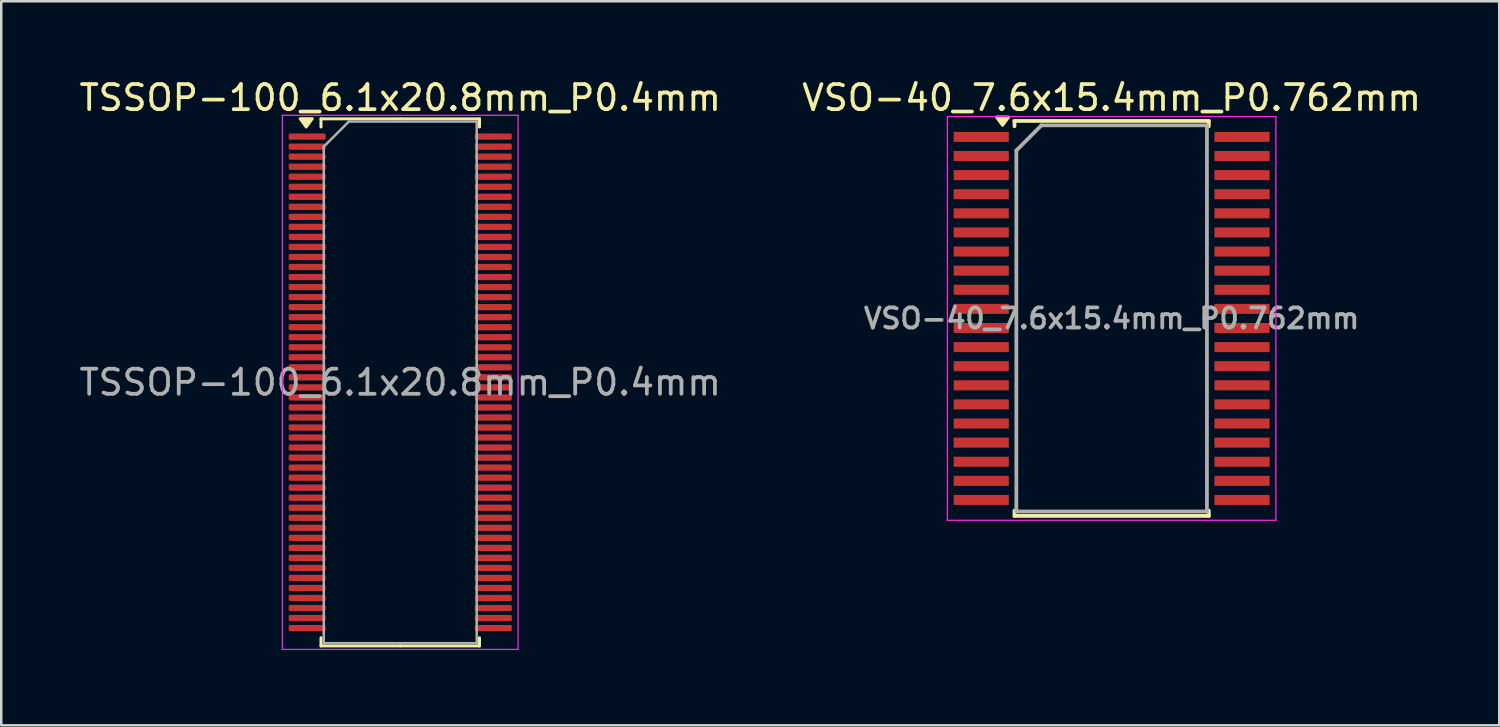
<source format=kicad_pcb>
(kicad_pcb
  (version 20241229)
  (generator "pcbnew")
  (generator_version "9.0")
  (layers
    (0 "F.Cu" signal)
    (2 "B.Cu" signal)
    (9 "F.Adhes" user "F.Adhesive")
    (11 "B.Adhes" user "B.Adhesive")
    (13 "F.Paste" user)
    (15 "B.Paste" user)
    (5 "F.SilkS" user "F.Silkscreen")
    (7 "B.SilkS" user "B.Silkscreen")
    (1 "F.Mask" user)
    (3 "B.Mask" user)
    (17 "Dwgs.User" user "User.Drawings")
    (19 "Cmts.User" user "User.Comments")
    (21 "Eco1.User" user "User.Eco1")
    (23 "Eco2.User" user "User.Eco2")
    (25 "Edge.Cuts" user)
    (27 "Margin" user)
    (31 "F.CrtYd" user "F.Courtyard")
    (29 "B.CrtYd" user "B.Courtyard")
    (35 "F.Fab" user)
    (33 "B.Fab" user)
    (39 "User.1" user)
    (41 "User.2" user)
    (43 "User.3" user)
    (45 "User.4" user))
  (footprint "TSSOP-100_6.1x20.8mm_P0.4mm"
    (layer "F.Cu")
    (at 12.911 12.198)
    (property "Reference" "TSSOP-100_6.1x20.8mm_P0.4mm" (at 0 -11.35 0) (layer "F.SilkS") (effects (font (size 1 1) (thickness 0.15))))
    (attr smd)
    (fp_line (start -3.16 -10.51) (end -3.16 -10.185) (stroke (width 0.12) (type solid)) (layer "F.SilkS"))
    (fp_line (start -3.16 10.51) (end -3.16 10.185) (stroke (width 0.12) (type solid)) (layer "F.SilkS"))
    (fp_line (start 0 -10.51) (end -3.16 -10.51) (stroke (width 0.12) (type solid)) (layer "F.SilkS"))
    (fp_line (start 0 -10.51) (end 3.16 -10.51) (stroke (width 0.12) (type solid)) (layer "F.SilkS"))
    (fp_line (start 0 10.51) (end -3.16 10.51) (stroke (width 0.12) (type solid)) (layer "F.SilkS"))
    (fp_line (start 0 10.51) (end 3.16 10.51) (stroke (width 0.12) (type solid)) (layer "F.SilkS"))
    (fp_line (start 3.16 -10.51) (end 3.16 -10.185) (stroke (width 0.12) (type solid)) (layer "F.SilkS"))
    (fp_line (start 3.16 10.51) (end 3.16 10.185) (stroke (width 0.12) (type solid)) (layer "F.SilkS"))
    (fp_poly (pts (xy -3.75 -10.185) (xy -3.99 -10.515) (xy -3.51 -10.515) (xy -3.75 -10.185)) (stroke (width 0.12) (type solid)) (fill yes) (layer "F.SilkS"))
    (fp_line (start -4.7 -10.65) (end -4.7 10.65) (stroke (width 0.05) (type solid)) (layer "F.CrtYd"))
    (fp_line (start -4.7 10.65) (end 4.7 10.65) (stroke (width 0.05) (type solid)) (layer "F.CrtYd"))
    (fp_line (start 4.7 -10.65) (end -4.7 -10.65) (stroke (width 0.05) (type solid)) (layer "F.CrtYd"))
    (fp_line (start 4.7 10.65) (end 4.7 -10.65) (stroke (width 0.05) (type solid)) (layer "F.CrtYd"))
    (fp_line (start -3.05 -9.4) (end -2.05 -10.4) (stroke (width 0.1) (type solid)) (layer "F.Fab"))
    (fp_line (start -3.05 10.4) (end -3.05 -9.4) (stroke (width 0.1) (type solid)) (layer "F.Fab"))
    (fp_line (start -2.05 -10.4) (end 3.05 -10.4) (stroke (width 0.1) (type solid)) (layer "F.Fab"))
    (fp_line (start 3.05 -10.4) (end 3.05 10.4) (stroke (width 0.1) (type solid)) (layer "F.Fab"))
    (fp_line (start 3.05 10.4) (end -3.05 10.4) (stroke (width 0.1) (type solid)) (layer "F.Fab"))
    (fp_text user "${REFERENCE}" (at 0 0 0) (layer "F.Fab") (effects (font (size 1 1) (thickness 0.15))))
    (pad "1" smd roundrect (at -3.712 -9.8) (size 1.475 0.25) (layers "F.Cu" "F.Mask" "F.Paste") (roundrect_rratio 0.25))
    (pad "2" smd roundrect (at -3.712 -9.4) (size 1.475 0.25) (layers "F.Cu" "F.Mask" "F.Paste") (roundrect_rratio 0.25))
    (pad "3" smd roundrect (at -3.712 -9) (size 1.475 0.25) (layers "F.Cu" "F.Mask" "F.Paste") (roundrect_rratio 0.25))
    (pad "4" smd roundrect (at -3.712 -8.6) (size 1.475 0.25) (layers "F.Cu" "F.Mask" "F.Paste") (roundrect_rratio 0.25))
    (pad "5" smd roundrect (at -3.712 -8.2) (size 1.475 0.25) (layers "F.Cu" "F.Mask" "F.Paste") (roundrect_rratio 0.25))
    (pad "6" smd roundrect (at -3.712 -7.8) (size 1.475 0.25) (layers "F.Cu" "F.Mask" "F.Paste") (roundrect_rratio 0.25))
    (pad "7" smd roundrect (at -3.712 -7.4) (size 1.475 0.25) (layers "F.Cu" "F.Mask" "F.Paste") (roundrect_rratio 0.25))
    (pad "8" smd roundrect (at -3.712 -7) (size 1.475 0.25) (layers "F.Cu" "F.Mask" "F.Paste") (roundrect_rratio 0.25))
    (pad "9" smd roundrect (at -3.712 -6.6) (size 1.475 0.25) (layers "F.Cu" "F.Mask" "F.Paste") (roundrect_rratio 0.25))
    (pad "10" smd roundrect (at -3.712 -6.2) (size 1.475 0.25) (layers "F.Cu" "F.Mask" "F.Paste") (roundrect_rratio 0.25))
    (pad "11" smd roundrect (at -3.712 -5.8) (size 1.475 0.25) (layers "F.Cu" "F.Mask" "F.Paste") (roundrect_rratio 0.25))
    (pad "12" smd roundrect (at -3.712 -5.4) (size 1.475 0.25) (layers "F.Cu" "F.Mask" "F.Paste") (roundrect_rratio 0.25))
    (pad "13" smd roundrect (at -3.712 -5) (size 1.475 0.25) (layers "F.Cu" "F.Mask" "F.Paste") (roundrect_rratio 0.25))
    (pad "14" smd roundrect (at -3.712 -4.6) (size 1.475 0.25) (layers "F.Cu" "F.Mask" "F.Paste") (roundrect_rratio 0.25))
    (pad "15" smd roundrect (at -3.712 -4.2) (size 1.475 0.25) (layers "F.Cu" "F.Mask" "F.Paste") (roundrect_rratio 0.25))
    (pad "16" smd roundrect (at -3.712 -3.8) (size 1.475 0.25) (layers "F.Cu" "F.Mask" "F.Paste") (roundrect_rratio 0.25))
    (pad "17" smd roundrect (at -3.712 -3.4) (size 1.475 0.25) (layers "F.Cu" "F.Mask" "F.Paste") (roundrect_rratio 0.25))
    (pad "18" smd roundrect (at -3.712 -3) (size 1.475 0.25) (layers "F.Cu" "F.Mask" "F.Paste") (roundrect_rratio 0.25))
    (pad "19" smd roundrect (at -3.712 -2.6) (size 1.475 0.25) (layers "F.Cu" "F.Mask" "F.Paste") (roundrect_rratio 0.25))
    (pad "20" smd roundrect (at -3.712 -2.2) (size 1.475 0.25) (layers "F.Cu" "F.Mask" "F.Paste") (roundrect_rratio 0.25))
    (pad "21" smd roundrect (at -3.712 -1.8) (size 1.475 0.25) (layers "F.Cu" "F.Mask" "F.Paste") (roundrect_rratio 0.25))
    (pad "22" smd roundrect (at -3.712 -1.4) (size 1.475 0.25) (layers "F.Cu" "F.Mask" "F.Paste") (roundrect_rratio 0.25))
    (pad "23" smd roundrect (at -3.712 -1) (size 1.475 0.25) (layers "F.Cu" "F.Mask" "F.Paste") (roundrect_rratio 0.25))
    (pad "24" smd roundrect (at -3.712 -0.6) (size 1.475 0.25) (layers "F.Cu" "F.Mask" "F.Paste") (roundrect_rratio 0.25))
    (pad "25" smd roundrect (at -3.712 -0.2) (size 1.475 0.25) (layers "F.Cu" "F.Mask" "F.Paste") (roundrect_rratio 0.25))
    (pad "26" smd roundrect (at -3.712 0.2) (size 1.475 0.25) (layers "F.Cu" "F.Mask" "F.Paste") (roundrect_rratio 0.25))
    (pad "27" smd roundrect (at -3.712 0.6) (size 1.475 0.25) (layers "F.Cu" "F.Mask" "F.Paste") (roundrect_rratio 0.25))
    (pad "28" smd roundrect (at -3.712 1) (size 1.475 0.25) (layers "F.Cu" "F.Mask" "F.Paste") (roundrect_rratio 0.25))
    (pad "29" smd roundrect (at -3.712 1.4) (size 1.475 0.25) (layers "F.Cu" "F.Mask" "F.Paste") (roundrect_rratio 0.25))
    (pad "30" smd roundrect (at -3.712 1.8) (size 1.475 0.25) (layers "F.Cu" "F.Mask" "F.Paste") (roundrect_rratio 0.25))
    (pad "31" smd roundrect (at -3.712 2.2) (size 1.475 0.25) (layers "F.Cu" "F.Mask" "F.Paste") (roundrect_rratio 0.25))
    (pad "32" smd roundrect (at -3.712 2.6) (size 1.475 0.25) (layers "F.Cu" "F.Mask" "F.Paste") (roundrect_rratio 0.25))
    (pad "33" smd roundrect (at -3.712 3) (size 1.475 0.25) (layers "F.Cu" "F.Mask" "F.Paste") (roundrect_rratio 0.25))
    (pad "34" smd roundrect (at -3.712 3.4) (size 1.475 0.25) (layers "F.Cu" "F.Mask" "F.Paste") (roundrect_rratio 0.25))
    (pad "35" smd roundrect (at -3.712 3.8) (size 1.475 0.25) (layers "F.Cu" "F.Mask" "F.Paste") (roundrect_rratio 0.25))
    (pad "36" smd roundrect (at -3.712 4.2) (size 1.475 0.25) (layers "F.Cu" "F.Mask" "F.Paste") (roundrect_rratio 0.25))
    (pad "37" smd roundrect (at -3.712 4.6) (size 1.475 0.25) (layers "F.Cu" "F.Mask" "F.Paste") (roundrect_rratio 0.25))
    (pad "38" smd roundrect (at -3.712 5) (size 1.475 0.25) (layers "F.Cu" "F.Mask" "F.Paste") (roundrect_rratio 0.25))
    (pad "39" smd roundrect (at -3.712 5.4) (size 1.475 0.25) (layers "F.Cu" "F.Mask" "F.Paste") (roundrect_rratio 0.25))
    (pad "40" smd roundrect (at -3.712 5.8) (size 1.475 0.25) (layers "F.Cu" "F.Mask" "F.Paste") (roundrect_rratio 0.25))
    (pad "41" smd roundrect (at -3.712 6.2) (size 1.475 0.25) (layers "F.Cu" "F.Mask" "F.Paste") (roundrect_rratio 0.25))
    (pad "42" smd roundrect (at -3.712 6.6) (size 1.475 0.25) (layers "F.Cu" "F.Mask" "F.Paste") (roundrect_rratio 0.25))
    (pad "43" smd roundrect (at -3.712 7) (size 1.475 0.25) (layers "F.Cu" "F.Mask" "F.Paste") (roundrect_rratio 0.25))
    (pad "44" smd roundrect (at -3.712 7.4) (size 1.475 0.25) (layers "F.Cu" "F.Mask" "F.Paste") (roundrect_rratio 0.25))
    (pad "45" smd roundrect (at -3.712 7.8) (size 1.475 0.25) (layers "F.Cu" "F.Mask" "F.Paste") (roundrect_rratio 0.25))
    (pad "46" smd roundrect (at -3.712 8.2) (size 1.475 0.25) (layers "F.Cu" "F.Mask" "F.Paste") (roundrect_rratio 0.25))
    (pad "47" smd roundrect (at -3.712 8.6) (size 1.475 0.25) (layers "F.Cu" "F.Mask" "F.Paste") (roundrect_rratio 0.25))
    (pad "48" smd roundrect (at -3.712 9) (size 1.475 0.25) (layers "F.Cu" "F.Mask" "F.Paste") (roundrect_rratio 0.25))
    (pad "49" smd roundrect (at -3.712 9.4) (size 1.475 0.25) (layers "F.Cu" "F.Mask" "F.Paste") (roundrect_rratio 0.25))
    (pad "50" smd roundrect (at -3.712 9.8) (size 1.475 0.25) (layers "F.Cu" "F.Mask" "F.Paste") (roundrect_rratio 0.25))
    (pad "51" smd roundrect (at 3.712 9.8) (size 1.475 0.25) (layers "F.Cu" "F.Mask" "F.Paste") (roundrect_rratio 0.25))
    (pad "52" smd roundrect (at 3.712 9.4) (size 1.475 0.25) (layers "F.Cu" "F.Mask" "F.Paste") (roundrect_rratio 0.25))
    (pad "53" smd roundrect (at 3.712 9) (size 1.475 0.25) (layers "F.Cu" "F.Mask" "F.Paste") (roundrect_rratio 0.25))
    (pad "54" smd roundrect (at 3.712 8.6) (size 1.475 0.25) (layers "F.Cu" "F.Mask" "F.Paste") (roundrect_rratio 0.25))
    (pad "55" smd roundrect (at 3.712 8.2) (size 1.475 0.25) (layers "F.Cu" "F.Mask" "F.Paste") (roundrect_rratio 0.25))
    (pad "56" smd roundrect (at 3.712 7.8) (size 1.475 0.25) (layers "F.Cu" "F.Mask" "F.Paste") (roundrect_rratio 0.25))
    (pad "57" smd roundrect (at 3.712 7.4) (size 1.475 0.25) (layers "F.Cu" "F.Mask" "F.Paste") (roundrect_rratio 0.25))
    (pad "58" smd roundrect (at 3.712 7) (size 1.475 0.25) (layers "F.Cu" "F.Mask" "F.Paste") (roundrect_rratio 0.25))
    (pad "59" smd roundrect (at 3.712 6.6) (size 1.475 0.25) (layers "F.Cu" "F.Mask" "F.Paste") (roundrect_rratio 0.25))
    (pad "60" smd roundrect (at 3.712 6.2) (size 1.475 0.25) (layers "F.Cu" "F.Mask" "F.Paste") (roundrect_rratio 0.25))
    (pad "61" smd roundrect (at 3.712 5.8) (size 1.475 0.25) (layers "F.Cu" "F.Mask" "F.Paste") (roundrect_rratio 0.25))
    (pad "62" smd roundrect (at 3.712 5.4) (size 1.475 0.25) (layers "F.Cu" "F.Mask" "F.Paste") (roundrect_rratio 0.25))
    (pad "63" smd roundrect (at 3.712 5) (size 1.475 0.25) (layers "F.Cu" "F.Mask" "F.Paste") (roundrect_rratio 0.25))
    (pad "64" smd roundrect (at 3.712 4.6) (size 1.475 0.25) (layers "F.Cu" "F.Mask" "F.Paste") (roundrect_rratio 0.25))
    (pad "65" smd roundrect (at 3.712 4.2) (size 1.475 0.25) (layers "F.Cu" "F.Mask" "F.Paste") (roundrect_rratio 0.25))
    (pad "66" smd roundrect (at 3.712 3.8) (size 1.475 0.25) (layers "F.Cu" "F.Mask" "F.Paste") (roundrect_rratio 0.25))
    (pad "67" smd roundrect (at 3.712 3.4) (size 1.475 0.25) (layers "F.Cu" "F.Mask" "F.Paste") (roundrect_rratio 0.25))
    (pad "68" smd roundrect (at 3.712 3) (size 1.475 0.25) (layers "F.Cu" "F.Mask" "F.Paste") (roundrect_rratio 0.25))
    (pad "69" smd roundrect (at 3.712 2.6) (size 1.475 0.25) (layers "F.Cu" "F.Mask" "F.Paste") (roundrect_rratio 0.25))
    (pad "70" smd roundrect (at 3.712 2.2) (size 1.475 0.25) (layers "F.Cu" "F.Mask" "F.Paste") (roundrect_rratio 0.25))
    (pad "71" smd roundrect (at 3.712 1.8) (size 1.475 0.25) (layers "F.Cu" "F.Mask" "F.Paste") (roundrect_rratio 0.25))
    (pad "72" smd roundrect (at 3.712 1.4) (size 1.475 0.25) (layers "F.Cu" "F.Mask" "F.Paste") (roundrect_rratio 0.25))
    (pad "73" smd roundrect (at 3.712 1) (size 1.475 0.25) (layers "F.Cu" "F.Mask" "F.Paste") (roundrect_rratio 0.25))
    (pad "74" smd roundrect (at 3.712 0.6) (size 1.475 0.25) (layers "F.Cu" "F.Mask" "F.Paste") (roundrect_rratio 0.25))
    (pad "75" smd roundrect (at 3.712 0.2) (size 1.475 0.25) (layers "F.Cu" "F.Mask" "F.Paste") (roundrect_rratio 0.25))
    (pad "76" smd roundrect (at 3.712 -0.2) (size 1.475 0.25) (layers "F.Cu" "F.Mask" "F.Paste") (roundrect_rratio 0.25))
    (pad "77" smd roundrect (at 3.712 -0.6) (size 1.475 0.25) (layers "F.Cu" "F.Mask" "F.Paste") (roundrect_rratio 0.25))
    (pad "78" smd roundrect (at 3.712 -1) (size 1.475 0.25) (layers "F.Cu" "F.Mask" "F.Paste") (roundrect_rratio 0.25))
    (pad "79" smd roundrect (at 3.712 -1.4) (size 1.475 0.25) (layers "F.Cu" "F.Mask" "F.Paste") (roundrect_rratio 0.25))
    (pad "80" smd roundrect (at 3.712 -1.8) (size 1.475 0.25) (layers "F.Cu" "F.Mask" "F.Paste") (roundrect_rratio 0.25))
    (pad "81" smd roundrect (at 3.712 -2.2) (size 1.475 0.25) (layers "F.Cu" "F.Mask" "F.Paste") (roundrect_rratio 0.25))
    (pad "82" smd roundrect (at 3.712 -2.6) (size 1.475 0.25) (layers "F.Cu" "F.Mask" "F.Paste") (roundrect_rratio 0.25))
    (pad "83" smd roundrect (at 3.712 -3) (size 1.475 0.25) (layers "F.Cu" "F.Mask" "F.Paste") (roundrect_rratio 0.25))
    (pad "84" smd roundrect (at 3.712 -3.4) (size 1.475 0.25) (layers "F.Cu" "F.Mask" "F.Paste") (roundrect_rratio 0.25))
    (pad "85" smd roundrect (at 3.712 -3.8) (size 1.475 0.25) (layers "F.Cu" "F.Mask" "F.Paste") (roundrect_rratio 0.25))
    (pad "86" smd roundrect (at 3.712 -4.2) (size 1.475 0.25) (layers "F.Cu" "F.Mask" "F.Paste") (roundrect_rratio 0.25))
    (pad "87" smd roundrect (at 3.712 -4.6) (size 1.475 0.25) (layers "F.Cu" "F.Mask" "F.Paste") (roundrect_rratio 0.25))
    (pad "88" smd roundrect (at 3.712 -5) (size 1.475 0.25) (layers "F.Cu" "F.Mask" "F.Paste") (roundrect_rratio 0.25))
    (pad "89" smd roundrect (at 3.712 -5.4) (size 1.475 0.25) (layers "F.Cu" "F.Mask" "F.Paste") (roundrect_rratio 0.25))
    (pad "90" smd roundrect (at 3.712 -5.8) (size 1.475 0.25) (layers "F.Cu" "F.Mask" "F.Paste") (roundrect_rratio 0.25))
    (pad "91" smd roundrect (at 3.712 -6.2) (size 1.475 0.25) (layers "F.Cu" "F.Mask" "F.Paste") (roundrect_rratio 0.25))
    (pad "92" smd roundrect (at 3.712 -6.6) (size 1.475 0.25) (layers "F.Cu" "F.Mask" "F.Paste") (roundrect_rratio 0.25))
    (pad "93" smd roundrect (at 3.712 -7) (size 1.475 0.25) (layers "F.Cu" "F.Mask" "F.Paste") (roundrect_rratio 0.25))
    (pad "94" smd roundrect (at 3.712 -7.4) (size 1.475 0.25) (layers "F.Cu" "F.Mask" "F.Paste") (roundrect_rratio 0.25))
    (pad "95" smd roundrect (at 3.712 -7.8) (size 1.475 0.25) (layers "F.Cu" "F.Mask" "F.Paste") (roundrect_rratio 0.25))
    (pad "96" smd roundrect (at 3.712 -8.2) (size 1.475 0.25) (layers "F.Cu" "F.Mask" "F.Paste") (roundrect_rratio 0.25))
    (pad "97" smd roundrect (at 3.712 -8.6) (size 1.475 0.25) (layers "F.Cu" "F.Mask" "F.Paste") (roundrect_rratio 0.25))
    (pad "98" smd roundrect (at 3.712 -9) (size 1.475 0.25) (layers "F.Cu" "F.Mask" "F.Paste") (roundrect_rratio 0.25))
    (pad "99" smd roundrect (at 3.712 -9.4) (size 1.475 0.25) (layers "F.Cu" "F.Mask" "F.Paste") (roundrect_rratio 0.25))
    (pad "100" smd roundrect (at 3.712 -9.8) (size 1.475 0.25) (layers "F.Cu" "F.Mask" "F.Paste") (roundrect_rratio 0.25)))
  (footprint "VSO-40_7.6x15.4mm_P0.762mm"
    (layer "F.Cu")
    (at 41.28 9.648)
    (property "Reference" "VSO-40_7.6x15.4mm_P0.762mm" (at 0 -8.8 0) (layer "F.SilkS") (effects (font (size 1 1) (thickness 0.15))))
    (attr smd)
    (fp_line (start -3.875 -7.875) (end -3.875 -7.664) (stroke (width 0.15) (type solid)) (layer "F.SilkS"))
    (fp_line (start -3.875 -7.875) (end 3.875 -7.875) (stroke (width 0.15) (type solid)) (layer "F.SilkS"))
    (fp_line (start -3.875 7.875) (end -3.875 7.664) (stroke (width 0.15) (type solid)) (layer "F.SilkS"))
    (fp_line (start -3.875 7.875) (end 3.875 7.875) (stroke (width 0.15) (type solid)) (layer "F.SilkS"))
    (fp_line (start 3.875 -7.875) (end 3.875 -7.664) (stroke (width 0.15) (type solid)) (layer "F.SilkS"))
    (fp_line (start 3.875 7.875) (end 3.875 7.664) (stroke (width 0.15) (type solid)) (layer "F.SilkS"))
    (fp_poly (pts (xy -4.35 -7.7) (xy -4.59 -8.03) (xy -4.11 -8.03) (xy -4.35 -7.7)) (stroke (width 0.12) (type solid)) (fill yes) (layer "F.SilkS"))
    (fp_line (start -6.55 -8.05) (end -6.55 8.05) (stroke (width 0.05) (type solid)) (layer "F.CrtYd"))
    (fp_line (start -6.55 -8.05) (end 6.55 -8.05) (stroke (width 0.05) (type solid)) (layer "F.CrtYd"))
    (fp_line (start -6.55 8.05) (end 6.55 8.05) (stroke (width 0.05) (type solid)) (layer "F.CrtYd"))
    (fp_line (start 6.55 -8.05) (end 6.55 8.05) (stroke (width 0.05) (type solid)) (layer "F.CrtYd"))
    (fp_line (start -3.8 -6.7) (end -2.8 -7.7) (stroke (width 0.15) (type solid)) (layer "F.Fab"))
    (fp_line (start -3.8 7.7) (end -3.8 -6.7) (stroke (width 0.15) (type solid)) (layer "F.Fab"))
    (fp_line (start -2.8 -7.7) (end 3.8 -7.7) (stroke (width 0.15) (type solid)) (layer "F.Fab"))
    (fp_line (start 3.8 -7.7) (end 3.8 7.7) (stroke (width 0.15) (type solid)) (layer "F.Fab"))
    (fp_line (start 3.8 7.7) (end -3.8 7.7) (stroke (width 0.15) (type solid)) (layer "F.Fab"))
    (fp_text user "${REFERENCE}" (at 0 0 0) (layer "F.Fab") (effects (font (size 0.8 0.8) (thickness 0.15))))
    (pad "1" smd rect (at -5.2 -7.239) (size 2.2 0.4) (layers "F.Cu" "F.Mask" "F.Paste"))
    (pad "2" smd rect (at -5.2 -6.477) (size 2.2 0.4) (layers "F.Cu" "F.Mask" "F.Paste"))
    (pad "3" smd rect (at -5.2 -5.715) (size 2.2 0.4) (layers "F.Cu" "F.Mask" "F.Paste"))
    (pad "4" smd rect (at -5.2 -4.953) (size 2.2 0.4) (layers "F.Cu" "F.Mask" "F.Paste"))
    (pad "5" smd rect (at -5.2 -4.191) (size 2.2 0.4) (layers "F.Cu" "F.Mask" "F.Paste"))
    (pad "6" smd rect (at -5.2 -3.429) (size 2.2 0.4) (layers "F.Cu" "F.Mask" "F.Paste"))
    (pad "7" smd rect (at -5.2 -2.667) (size 2.2 0.4) (layers "F.Cu" "F.Mask" "F.Paste"))
    (pad "8" smd rect (at -5.2 -1.905) (size 2.2 0.4) (layers "F.Cu" "F.Mask" "F.Paste"))
    (pad "9" smd rect (at -5.2 -1.143) (size 2.2 0.4) (layers "F.Cu" "F.Mask" "F.Paste"))
    (pad "10" smd rect (at -5.2 -0.381) (size 2.2 0.4) (layers "F.Cu" "F.Mask" "F.Paste"))
    (pad "11" smd rect (at -5.2 0.381) (size 2.2 0.4) (layers "F.Cu" "F.Mask" "F.Paste"))
    (pad "12" smd rect (at -5.2 1.143) (size 2.2 0.4) (layers "F.Cu" "F.Mask" "F.Paste"))
    (pad "13" smd rect (at -5.2 1.905) (size 2.2 0.4) (layers "F.Cu" "F.Mask" "F.Paste"))
    (pad "14" smd rect (at -5.2 2.667) (size 2.2 0.4) (layers "F.Cu" "F.Mask" "F.Paste"))
    (pad "15" smd rect (at -5.2 3.429) (size 2.2 0.4) (layers "F.Cu" "F.Mask" "F.Paste"))
    (pad "16" smd rect (at -5.2 4.191) (size 2.2 0.4) (layers "F.Cu" "F.Mask" "F.Paste"))
    (pad "17" smd rect (at -5.2 4.953) (size 2.2 0.4) (layers "F.Cu" "F.Mask" "F.Paste"))
    (pad "18" smd rect (at -5.2 5.715) (size 2.2 0.4) (layers "F.Cu" "F.Mask" "F.Paste"))
    (pad "19" smd rect (at -5.2 6.477) (size 2.2 0.4) (layers "F.Cu" "F.Mask" "F.Paste"))
    (pad "20" smd rect (at -5.2 7.239) (size 2.2 0.4) (layers "F.Cu" "F.Mask" "F.Paste"))
    (pad "21" smd rect (at 5.2 7.239) (size 2.2 0.4) (layers "F.Cu" "F.Mask" "F.Paste"))
    (pad "22" smd rect (at 5.2 6.477) (size 2.2 0.4) (layers "F.Cu" "F.Mask" "F.Paste"))
    (pad "23" smd rect (at 5.2 5.715) (size 2.2 0.4) (layers "F.Cu" "F.Mask" "F.Paste"))
    (pad "24" smd rect (at 5.2 4.953) (size 2.2 0.4) (layers "F.Cu" "F.Mask" "F.Paste"))
    (pad "25" smd rect (at 5.2 4.191) (size 2.2 0.4) (layers "F.Cu" "F.Mask" "F.Paste"))
    (pad "26" smd rect (at 5.2 3.429) (size 2.2 0.4) (layers "F.Cu" "F.Mask" "F.Paste"))
    (pad "27" smd rect (at 5.2 2.667) (size 2.2 0.4) (layers "F.Cu" "F.Mask" "F.Paste"))
    (pad "28" smd rect (at 5.2 1.905) (size 2.2 0.4) (layers "F.Cu" "F.Mask" "F.Paste"))
    (pad "29" smd rect (at 5.2 1.143) (size 2.2 0.4) (layers "F.Cu" "F.Mask" "F.Paste"))
    (pad "30" smd rect (at 5.2 0.381) (size 2.2 0.4) (layers "F.Cu" "F.Mask" "F.Paste"))
    (pad "31" smd rect (at 5.2 -0.381) (size 2.2 0.4) (layers "F.Cu" "F.Mask" "F.Paste"))
    (pad "32" smd rect (at 5.2 -1.143) (size 2.2 0.4) (layers "F.Cu" "F.Mask" "F.Paste"))
    (pad "33" smd rect (at 5.2 -1.905) (size 2.2 0.4) (layers "F.Cu" "F.Mask" "F.Paste"))
    (pad "34" smd rect (at 5.2 -2.667) (size 2.2 0.4) (layers "F.Cu" "F.Mask" "F.Paste"))
    (pad "35" smd rect (at 5.2 -3.429) (size 2.2 0.4) (layers "F.Cu" "F.Mask" "F.Paste"))
    (pad "36" smd rect (at 5.2 -4.191) (size 2.2 0.4) (layers "F.Cu" "F.Mask" "F.Paste"))
    (pad "37" smd rect (at 5.2 -4.953) (size 2.2 0.4) (layers "F.Cu" "F.Mask" "F.Paste"))
    (pad "38" smd rect (at 5.2 -5.715) (size 2.2 0.4) (layers "F.Cu" "F.Mask" "F.Paste"))
    (pad "39" smd rect (at 5.2 -6.477) (size 2.2 0.4) (layers "F.Cu" "F.Mask" "F.Paste"))
    (pad "40" smd rect (at 5.2 -7.239) (size 2.2 0.4) (layers "F.Cu" "F.Mask" "F.Paste")))
  (gr_rect
    (start -3 -3)
    (end 56.738 25.873)
    (stroke (width 0.1) (type default))
    (fill no)
    (layer "Edge.Cuts")))
</source>
